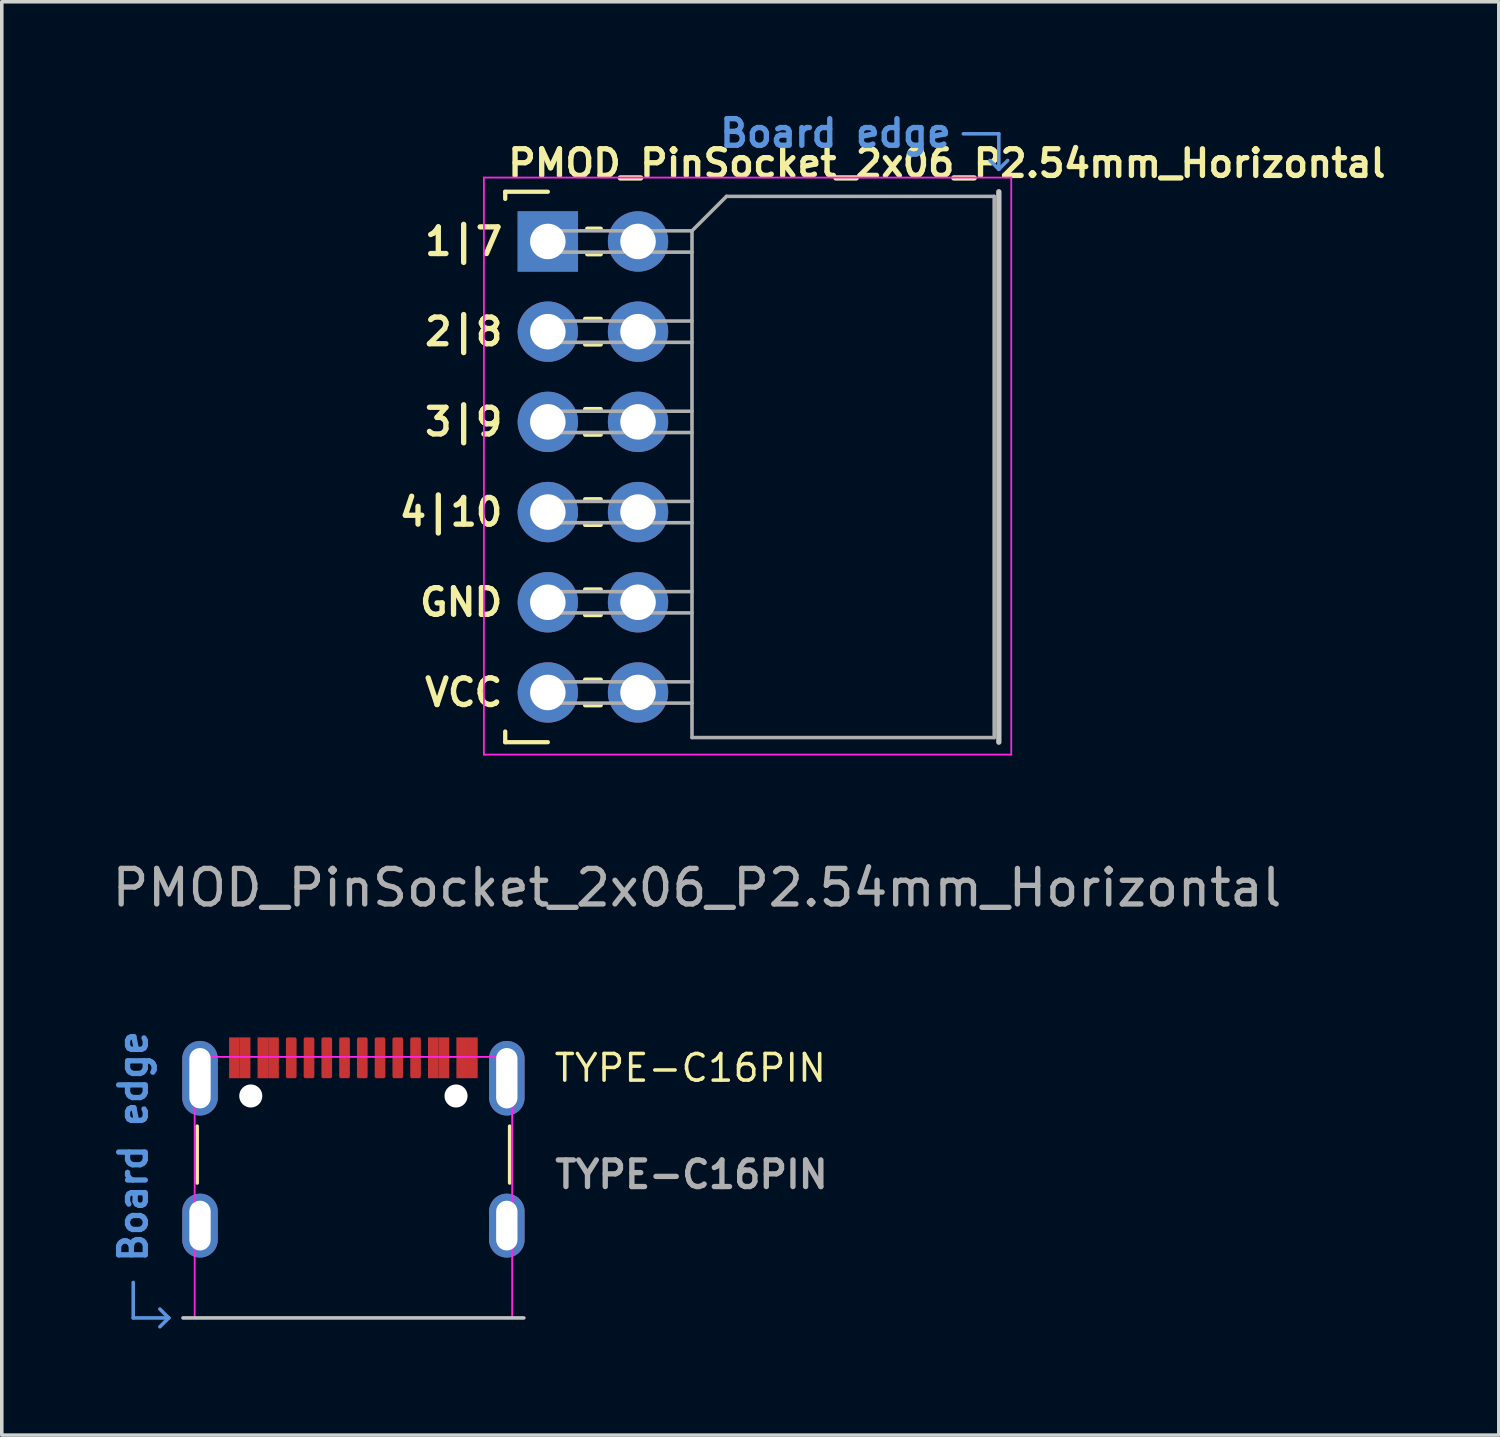
<source format=kicad_pcb>
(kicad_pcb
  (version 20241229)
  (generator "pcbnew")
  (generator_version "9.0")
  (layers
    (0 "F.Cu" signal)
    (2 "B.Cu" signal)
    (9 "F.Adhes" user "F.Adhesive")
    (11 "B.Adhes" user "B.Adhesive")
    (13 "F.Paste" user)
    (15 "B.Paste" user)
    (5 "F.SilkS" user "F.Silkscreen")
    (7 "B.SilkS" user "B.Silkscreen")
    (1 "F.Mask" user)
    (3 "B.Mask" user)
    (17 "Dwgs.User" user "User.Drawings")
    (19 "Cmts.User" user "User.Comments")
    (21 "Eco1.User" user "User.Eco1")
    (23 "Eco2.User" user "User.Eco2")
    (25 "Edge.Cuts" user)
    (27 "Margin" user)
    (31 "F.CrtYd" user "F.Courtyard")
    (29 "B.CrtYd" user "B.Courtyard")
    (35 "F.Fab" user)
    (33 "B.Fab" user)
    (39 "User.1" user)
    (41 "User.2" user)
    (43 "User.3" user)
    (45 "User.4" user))
  (footprint "PMOD_PinSocket_2x06_P2.54mm_Horizontal"
    (layer "F.Cu")
    (at 25.077 10.1)
    (property "Reference" "PMOD_PinSocket_2x06_P2.54mm_Horizontal" (at -13.9 -8.55 0) (layer "F.SilkS") (effects (font (size 0.75 0.75) (thickness 0.15)) (justify left)))
    (attr through_hole)
    (fp_line (start -13.9 -7.75) (end -13.9 -7.55) (stroke (width 0.12) (type solid)) (layer "F.SilkS"))
    (fp_line (start -13.9 7.75) (end -13.9 7.45) (stroke (width 0.12) (type solid)) (layer "F.SilkS"))
    (fp_line (start -12.7 -7.75) (end -13.9 -7.75) (stroke (width 0.12) (type solid)) (layer "F.SilkS"))
    (fp_line (start -12.7 7.75) (end -13.9 7.75) (stroke (width 0.12) (type solid)) (layer "F.SilkS"))
    (fp_line (start -11.21 -6.71) (end -11.59 -6.71) (stroke (width 0.12) (type solid)) (layer "F.SilkS"))
    (fp_line (start -11.21 -5.99) (end -11.59 -5.99) (stroke (width 0.12) (type solid)) (layer "F.SilkS"))
    (fp_line (start -11.21 -4.17) (end -11.65 -4.17) (stroke (width 0.12) (type solid)) (layer "F.SilkS"))
    (fp_line (start -11.21 -3.45) (end -11.65 -3.45) (stroke (width 0.12) (type solid)) (layer "F.SilkS"))
    (fp_line (start -11.21 -1.63) (end -11.65 -1.63) (stroke (width 0.12) (type solid)) (layer "F.SilkS"))
    (fp_line (start -11.21 -0.91) (end -11.65 -0.91) (stroke (width 0.12) (type solid)) (layer "F.SilkS"))
    (fp_line (start -11.21 0.91) (end -11.65 0.91) (stroke (width 0.12) (type solid)) (layer "F.SilkS"))
    (fp_line (start -11.21 1.63) (end -11.65 1.63) (stroke (width 0.12) (type solid)) (layer "F.SilkS"))
    (fp_line (start -11.21 3.45) (end -11.65 3.45) (stroke (width 0.12) (type solid)) (layer "F.SilkS"))
    (fp_line (start -11.21 4.17) (end -11.65 4.17) (stroke (width 0.12) (type solid)) (layer "F.SilkS"))
    (fp_line (start -11.21 5.99) (end -11.65 5.99) (stroke (width 0.12) (type solid)) (layer "F.SilkS"))
    (fp_line (start -11.21 6.71) (end -11.65 6.71) (stroke (width 0.12) (type solid)) (layer "F.SilkS"))
    (fp_line (start 0 -7.75) (end 0 7.75) (stroke (width 0.15) (type default)) (layer "Dwgs.User"))
    (fp_line (start -1 -9.382) (end 0 -9.382) (stroke (width 0.1) (type default)) (layer "Cmts.User"))
    (fp_line (start -0.25 -8.632) (end 0 -8.382) (stroke (width 0.1) (type default)) (layer "Cmts.User"))
    (fp_line (start 0 -9.382) (end 0 -8.382) (stroke (width 0.1) (type default)) (layer "Cmts.User"))
    (fp_line (start 0.25 -8.632) (end 0 -8.382) (stroke (width 0.1) (type default)) (layer "Cmts.User"))
    (fp_line (start -14.5 -8.15) (end 0.35 -8.15) (stroke (width 0.05) (type solid)) (layer "F.CrtYd"))
    (fp_line (start -14.5 8.1) (end -14.5 -8.15) (stroke (width 0.05) (type solid)) (layer "F.CrtYd"))
    (fp_line (start 0.35 -8.15) (end 0.35 8.1) (stroke (width 0.05) (type solid)) (layer "F.CrtYd"))
    (fp_line (start 0.35 8.1) (end -14.5 8.1) (stroke (width 0.05) (type solid)) (layer "F.CrtYd"))
    (fp_line (start -12.7 -6.65) (end -8.64 -6.65) (stroke (width 0.1) (type solid)) (layer "F.Fab"))
    (fp_line (start -12.7 -6.05) (end -12.7 -6.65) (stroke (width 0.1) (type solid)) (layer "F.Fab"))
    (fp_line (start -12.7 -4.11) (end -8.64 -4.11) (stroke (width 0.1) (type solid)) (layer "F.Fab"))
    (fp_line (start -12.7 -3.51) (end -12.7 -4.11) (stroke (width 0.1) (type solid)) (layer "F.Fab"))
    (fp_line (start -12.7 -1.57) (end -8.64 -1.57) (stroke (width 0.1) (type solid)) (layer "F.Fab"))
    (fp_line (start -12.7 -0.97) (end -12.7 -1.57) (stroke (width 0.1) (type solid)) (layer "F.Fab"))
    (fp_line (start -12.7 0.97) (end -8.64 0.97) (stroke (width 0.1) (type solid)) (layer "F.Fab"))
    (fp_line (start -12.7 1.57) (end -12.7 0.97) (stroke (width 0.1) (type solid)) (layer "F.Fab"))
    (fp_line (start -12.7 3.51) (end -8.64 3.51) (stroke (width 0.1) (type solid)) (layer "F.Fab"))
    (fp_line (start -12.7 4.11) (end -12.7 3.51) (stroke (width 0.1) (type solid)) (layer "F.Fab"))
    (fp_line (start -12.7 6.05) (end -8.64 6.05) (stroke (width 0.1) (type solid)) (layer "F.Fab"))
    (fp_line (start -12.7 6.65) (end -12.7 6.05) (stroke (width 0.1) (type solid)) (layer "F.Fab"))
    (fp_line (start -8.64 -6.65) (end -8.64 7.62) (stroke (width 0.1) (type solid)) (layer "F.Fab"))
    (fp_line (start -8.64 -6.05) (end -12.7 -6.05) (stroke (width 0.1) (type solid)) (layer "F.Fab"))
    (fp_line (start -8.64 -3.51) (end -12.7 -3.51) (stroke (width 0.1) (type solid)) (layer "F.Fab"))
    (fp_line (start -8.64 -0.97) (end -12.7 -0.97) (stroke (width 0.1) (type solid)) (layer "F.Fab"))
    (fp_line (start -8.64 1.57) (end -12.7 1.57) (stroke (width 0.1) (type solid)) (layer "F.Fab"))
    (fp_line (start -8.64 4.11) (end -12.7 4.11) (stroke (width 0.1) (type solid)) (layer "F.Fab"))
    (fp_line (start -8.64 6.65) (end -12.7 6.65) (stroke (width 0.1) (type solid)) (layer "F.Fab"))
    (fp_line (start -8.64 7.62) (end -0.13 7.62) (stroke (width 0.1) (type solid)) (layer "F.Fab"))
    (fp_line (start -7.67 -7.62) (end -8.64 -6.65) (stroke (width 0.1) (type solid)) (layer "F.Fab"))
    (fp_line (start -0.13 -7.62) (end -7.67 -7.62) (stroke (width 0.1) (type solid)) (layer "F.Fab"))
    (fp_line (start -0.13 7.62) (end -0.13 -7.62) (stroke (width 0.1) (type solid)) (layer "F.Fab"))
    (fp_text user "2|8" (at -13.9 -3.81 0) (unlocked yes) (layer "F.SilkS") (effects (font (size 0.75 0.75) (thickness 0.15)) (justify right)))
    (fp_text user "4|10" (at -13.9 1.27 0) (unlocked yes) (layer "F.SilkS") (effects (font (size 0.75 0.75) (thickness 0.15)) (justify right)))
    (fp_text user "3|9" (at -13.9 -1.27 0) (unlocked yes) (layer "F.SilkS") (effects (font (size 0.75 0.75) (thickness 0.15)) (justify right)))
    (fp_text user "1|7" (at -13.9 -6.35 0) (unlocked yes) (layer "F.SilkS") (effects (font (size 0.75 0.75) (thickness 0.15)) (justify right)))
    (fp_text user "VCC" (at -13.9 6.35 0) (unlocked yes) (layer "F.SilkS") (effects (font (size 0.75 0.75) (thickness 0.15)) (justify right)))
    (fp_text user "GND" (at -13.9 3.81 0) (unlocked yes) (layer "F.SilkS") (effects (font (size 0.75 0.75) (thickness 0.15)) (justify right)))
    (fp_text user "Board edge" (at -1.27 -9.398 0) (layer "Cmts.User") (effects (font (size 0.75 0.75) (thickness 0.15)) (justify right)))
    (fp_text user "${REFERENCE}" (at -8.5 11.85 180) (layer "F.Fab") (effects (font (size 1 1) (thickness 0.15))))
    (pad "1" thru_hole rect (at -12.7 -6.35) (size 1.7 1.7) (drill 1) (layers "*.Cu" "*.Mask"))
    (pad "2" thru_hole circle (at -12.7 -3.81) (size 1.7 1.7) (drill 1) (layers "*.Cu" "*.Mask"))
    (pad "3" thru_hole circle (at -12.7 -1.27) (size 1.7 1.7) (drill 1) (layers "*.Cu" "*.Mask"))
    (pad "4" thru_hole circle (at -12.7 1.27) (size 1.7 1.7) (drill 1) (layers "*.Cu" "*.Mask"))
    (pad "5" thru_hole circle (at -12.7 3.81) (size 1.7 1.7) (drill 1) (layers "*.Cu" "*.Mask"))
    (pad "6" thru_hole circle (at -12.7 6.35) (size 1.7 1.7) (drill 1) (layers "*.Cu" "*.Mask"))
    (pad "7" thru_hole circle (at -10.16 -6.35) (size 1.7 1.7) (drill 1) (layers "*.Cu" "*.Mask"))
    (pad "8" thru_hole circle (at -10.16 -3.81) (size 1.7 1.7) (drill 1) (layers "*.Cu" "*.Mask"))
    (pad "9" thru_hole circle (at -10.16 -1.27) (size 1.7 1.7) (drill 1) (layers "*.Cu" "*.Mask"))
    (pad "10" thru_hole circle (at -10.16 1.27) (size 1.7 1.7) (drill 1) (layers "*.Cu" "*.Mask"))
    (pad "11" thru_hole circle (at -10.16 3.81) (size 1.7 1.7) (drill 1) (layers "*.Cu" "*.Mask"))
    (pad "12" thru_hole circle (at -10.16 6.35) (size 1.7 1.7) (drill 1) (layers "*.Cu" "*.Mask")))
  (footprint "TYPE-C16PIN"
    (layer "F.Cu")
    (at 6.902 34.063)
    (property "Reference" "TYPE-C16PIN" (at 5.6 -6.6 0) (unlocked yes) (layer "F.SilkS") (effects (font (size 0.75 0.75) (thickness 0.1)) (justify left bottom)))
    (attr through_hole)
    (fp_line (start -4.4 -5.4) (end -4.4 -3.8) (stroke (width 0.1) (type default)) (layer "F.SilkS"))
    (fp_line (start 4.4 -5.4) (end 4.4 -3.8) (stroke (width 0.1) (type default)) (layer "F.SilkS"))
    (fp_line (start -4.8 0) (end 4.8 0) (stroke (width 0.1) (type default)) (layer "Dwgs.User"))
    (fp_line (start -6.2 -1) (end -6.2 0) (stroke (width 0.1) (type default)) (layer "Cmts.User"))
    (fp_line (start -6.2 0) (end -5.2 0) (stroke (width 0.1) (type default)) (layer "Cmts.User"))
    (fp_line (start -5.45 -0.25) (end -5.2 0) (stroke (width 0.1) (type default)) (layer "Cmts.User"))
    (fp_line (start -5.45 0.25) (end -5.2 0) (stroke (width 0.1) (type default)) (layer "Cmts.User"))
    (fp_rect (start -4.47 -7.35) (end 4.47 0) (stroke (width 0.05) (type default)) (fill no) (layer "F.CrtYd"))
    (fp_text user "Board edge" (at -6.2 -1.5 90) (layer "Cmts.User") (effects (font (size 0.75 0.75) (thickness 0.15)) (justify left)))
    (fp_text user "${REFERENCE}" (at 5.6 -3.6 0) (unlocked yes) (layer "F.Fab") (effects (font (size 0.75 0.75) (thickness 0.15)) (justify left bottom)))
    (pad "" np_thru_hole circle (at -2.89 -6.25) (size 0.65 0.65) (drill 0.65) (layers "*.Cu" "*.Mask"))
    (pad "" np_thru_hole circle (at 2.89 -6.25) (size 0.65 0.65) (drill 0.65) (layers "*.Cu" "*.Mask"))
    (pad "A1" smd rect (at -3.35 -7.325) (size 0.3 1.15) (layers "F.Cu" "F.Mask" "F.Paste"))
    (pad "A4" smd rect (at -2.55 -7.325) (size 0.3 1.15) (layers "F.Cu" "F.Mask" "F.Paste"))
    (pad "A5" smd roundrect (at -1.25 -7.325) (size 0.3 1.15) (layers "F.Cu" "F.Mask" "F.Paste") (roundrect_rratio 0.164))
    (pad "A6" smd roundrect (at -0.25 -7.325) (size 0.3 1.15) (layers "F.Cu" "F.Mask" "F.Paste") (roundrect_rratio 0.164))
    (pad "A7" smd roundrect (at 0.25 -7.325) (size 0.3 1.15) (layers "F.Cu" "F.Mask" "F.Paste") (roundrect_rratio 0.164))
    (pad "A8" smd roundrect (at -1.75 -7.325) (size 0.3 1.15) (layers "F.Cu" "F.Mask" "F.Paste") (roundrect_rratio 0.164))
    (pad "A9" smd rect (at 2.55 -7.325) (size 0.3 1.15) (layers "F.Cu" "F.Mask" "F.Paste"))
    (pad "A12" smd rect (at 3.35 -7.325) (size 0.3 1.15) (layers "F.Cu" "F.Mask" "F.Paste"))
    (pad "B1" smd rect (at 3.05 -7.325) (size 0.3 1.15) (layers "F.Cu" "F.Mask" "F.Paste"))
    (pad "B4" smd rect (at 2.25 -7.325) (size 0.3 1.15) (layers "F.Cu" "F.Mask" "F.Paste"))
    (pad "B5" smd roundrect (at 1.75 -7.325) (size 0.3 1.15) (layers "F.Cu" "F.Mask" "F.Paste") (roundrect_rratio 0.164))
    (pad "B6" smd roundrect (at 0.75 -7.325) (size 0.3 1.15) (layers "F.Cu" "F.Mask" "F.Paste") (roundrect_rratio 0.164))
    (pad "B7" smd roundrect (at -0.75 -7.325) (size 0.3 1.15) (layers "F.Cu" "F.Mask" "F.Paste") (roundrect_rratio 0.164))
    (pad "B8" smd roundrect (at 1.25 -7.325) (size 0.3 1.15) (layers "F.Cu" "F.Mask" "F.Paste") (roundrect_rratio 0.164))
    (pad "B9" smd rect (at -2.25 -7.325) (size 0.3 1.15) (layers "F.Cu" "F.Mask" "F.Paste"))
    (pad "B12" smd rect (at -3.05 -7.325) (size 0.3 1.15) (layers "F.Cu" "F.Mask" "F.Paste"))
    (pad "S1" thru_hole oval (at -4.32 -6.75) (size 1 2.1) (drill oval 0.6 1.7) (layers "*.Cu" "*.Mask"))
    (pad "S1" thru_hole oval (at -4.32 -2.6) (size 1 1.8) (drill oval 0.6 1.4) (layers "*.Cu" "*.Mask"))
    (pad "S1" thru_hole oval (at 4.32 -6.75) (size 1 2.1) (drill oval 0.6 1.7) (layers "*.Cu" "*.Mask"))
    (pad "S1" thru_hole oval (at 4.32 -2.6) (size 1 1.8) (drill oval 0.6 1.4) (layers "*.Cu" "*.Mask")))
  (gr_rect
    (start -3 -3)
    (end 39.156 37.363)
    (stroke (width 0.1) (type default))
    (fill no)
    (layer "Edge.Cuts")))
</source>
